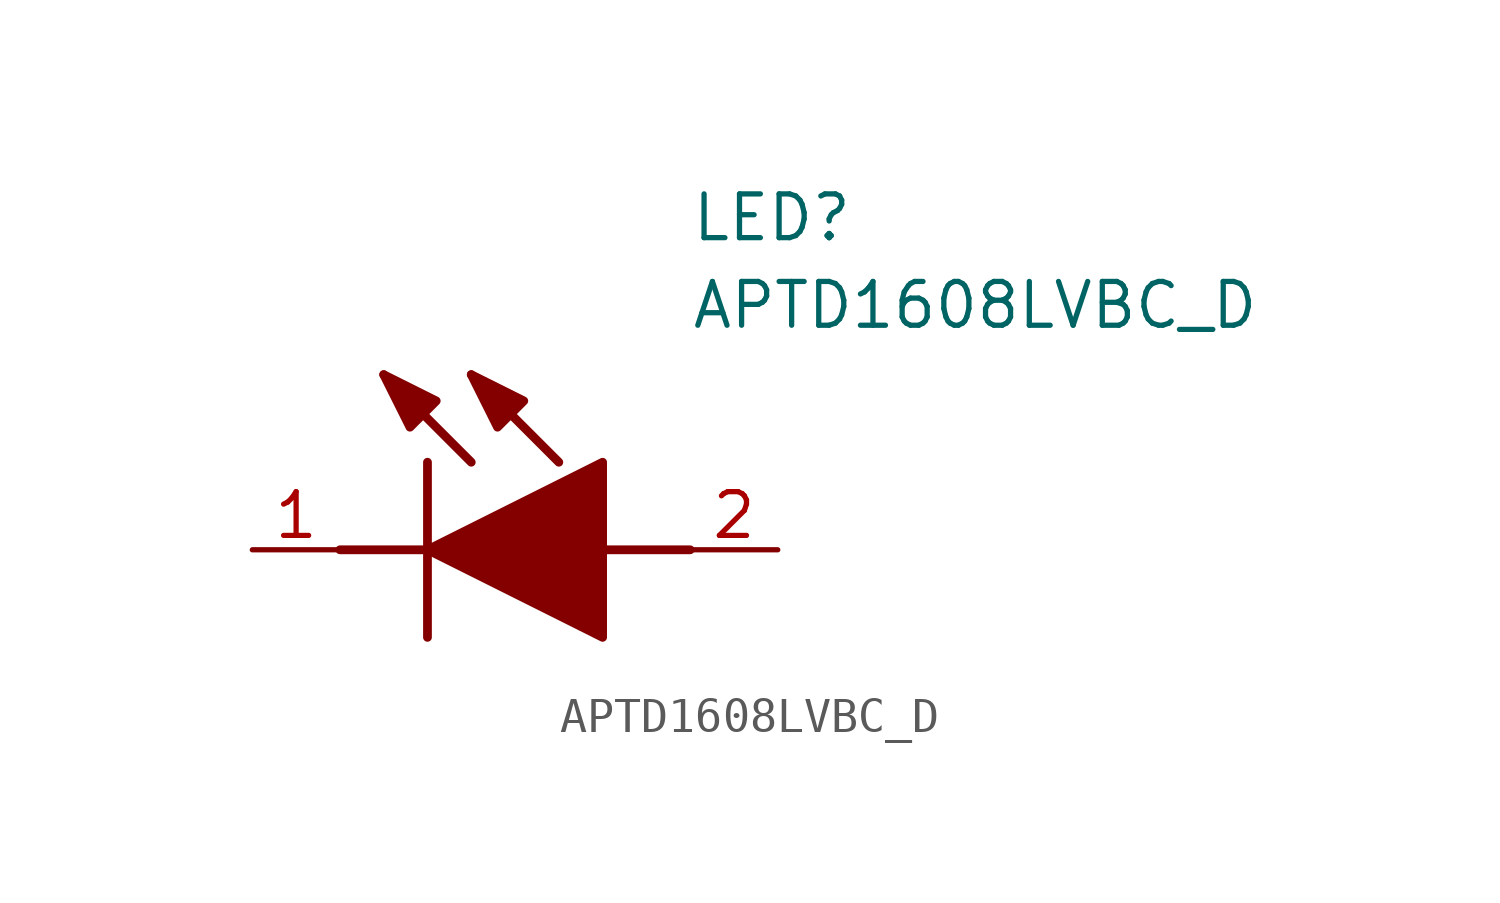
<source format=kicad_sym>
(kicad_symbol_lib
  (version 20211014)
  (generator SamacSys_ECAD_Model)
  (symbol "APTD1608LVBC_D"
    (pin_names hide)
    (property "Reference" "LED"
      (at 12.7 8.89 0)
      (effects (font (size 1.27 1.27)) (justify left bottom)))
    (property "Value" "APTD1608LVBC_D"
      (at 12.7 6.35 0)
      (effects (font (size 1.27 1.27)) (justify left bottom)))
    (polyline
      (pts (xy 5.08 2.54) (xy 5.08 -2.54))
      (stroke (width 0.254) (type default))
      (fill (type none)))
    (polyline
      (pts (xy 6.35 2.54) (xy 3.81 5.08))
      (stroke (width 0.254) (type default))
      (fill (type none)))
    (polyline
      (pts (xy 8.89 2.54) (xy 6.35 5.08))
      (stroke (width 0.254) (type default))
      (fill (type none)))
    (polyline
      (pts (xy 2.54 0) (xy 5.08 0))
      (stroke (width 0.254) (type default))
      (fill (type none)))
    (polyline
      (pts (xy 10.16 0) (xy 12.7 0))
      (stroke (width 0.254) (type default))
      (fill (type none)))
    (polyline
      (pts (xy 5.08 0) (xy 10.16 2.54) (xy 10.16 -2.54) (xy 5.08 0))
      (stroke (width 0.254) (type default))
      (fill (type outline)))
    (polyline
      (pts (xy 5.334 4.318) (xy 4.572 3.556) (xy 3.81 5.08) (xy 5.334 4.318))
      (stroke (width 0.254) (type default))
      (fill (type outline)))
    (polyline
      (pts (xy 7.874 4.318) (xy 7.112 3.556) (xy 6.35 5.08) (xy 7.874 4.318))
      (stroke (width 0.254) (type default))
      (fill (type outline)))
    (pin passive line
      (at 0 0 0)
      (length 2.54)
      (name "K" (effects (font (size 1.27 1.27))))
      (number "1" (effects (font (size 1.27 1.27)))))
    (pin passive line
      (at 15.24 0 180)
      (length 2.54)
      (name "A" (effects (font (size 1.27 1.27))))
      (number "2" (effects (font (size 1.27 1.27)))))))
</source>
